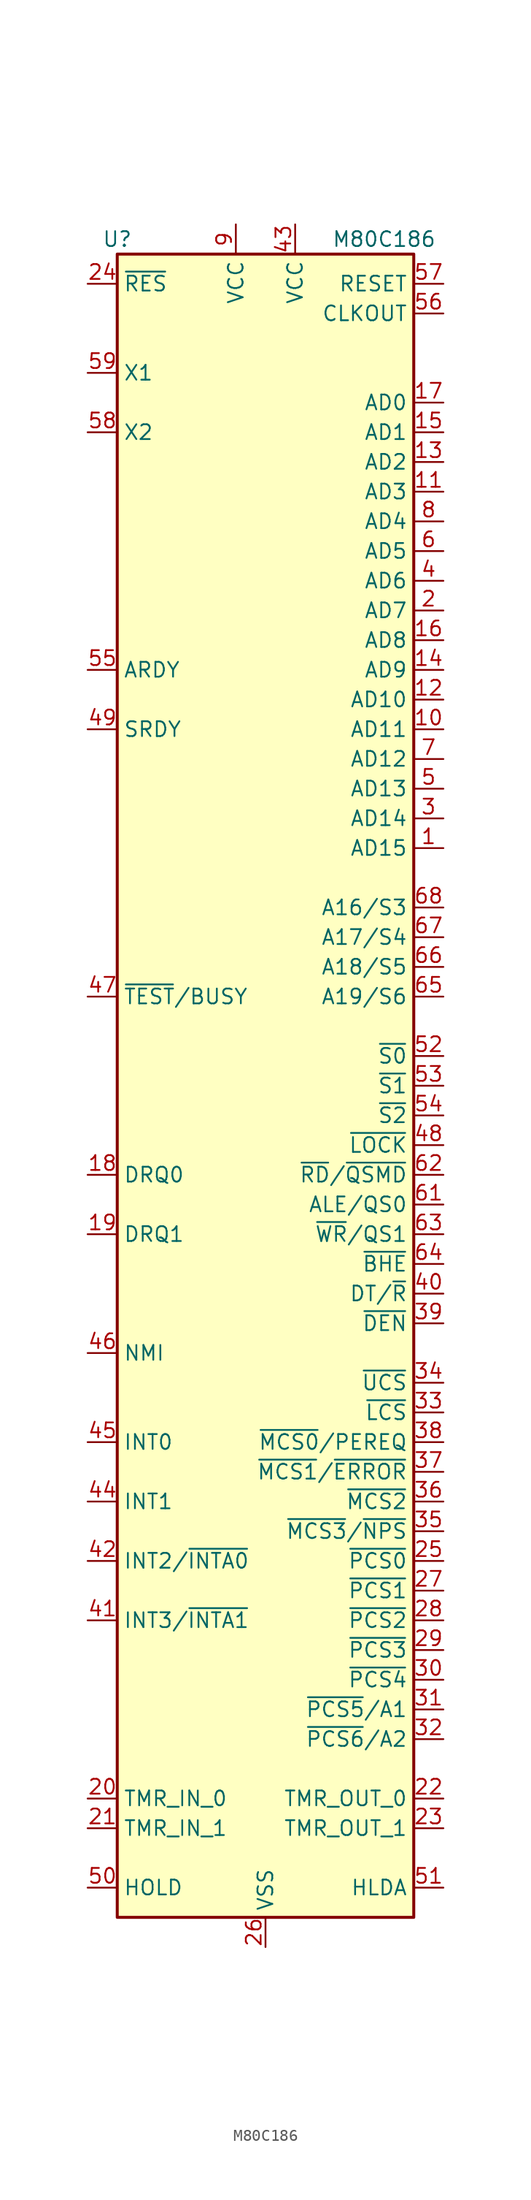
<source format=kicad_sym>
(kicad_symbol_lib
  (version 20211014)
  (generator kicad_symbol_editor)
  (symbol "M80C186"
    (property "Reference" "U"
      (at -12.7 72.39 0)
      (effects (font (size 1.27 1.27))))
    (property "Value" "M80C186"
      (at 10.16 72.39 0)
      (effects (font (size 1.27 1.27))))
    (symbol "M80C186_0_1"
      (rectangle (start 12.7 -71.12) (end -12.7 71.12) (stroke (width 0.254) (type default) (color 0 0 0 0)) (fill (type background))))
    (symbol "M80C186_1_1"
      (pin bidirectional line (at 15.24 20.32 180) (length 2.54) (name "AD15" (effects (font (size 1.27 1.27)))) (number "1" (effects (font (size 1.27 1.27)))))
      (pin bidirectional line (at 15.24 30.48 180) (length 2.54) (name "AD11" (effects (font (size 1.27 1.27)))) (number "10" (effects (font (size 1.27 1.27)))))
      (pin bidirectional line (at 15.24 50.8 180) (length 2.54) (name "AD3" (effects (font (size 1.27 1.27)))) (number "11" (effects (font (size 1.27 1.27)))))
      (pin bidirectional line (at 15.24 33.02 180) (length 2.54) (name "AD10" (effects (font (size 1.27 1.27)))) (number "12" (effects (font (size 1.27 1.27)))))
      (pin bidirectional line (at 15.24 53.34 180) (length 2.54) (name "AD2" (effects (font (size 1.27 1.27)))) (number "13" (effects (font (size 1.27 1.27)))))
      (pin bidirectional line (at 15.24 35.56 180) (length 2.54) (name "AD9" (effects (font (size 1.27 1.27)))) (number "14" (effects (font (size 1.27 1.27)))))
      (pin bidirectional line (at 15.24 55.88 180) (length 2.54) (name "AD1" (effects (font (size 1.27 1.27)))) (number "15" (effects (font (size 1.27 1.27)))))
      (pin bidirectional line (at 15.24 38.1 180) (length 2.54) (name "AD8" (effects (font (size 1.27 1.27)))) (number "16" (effects (font (size 1.27 1.27)))))
      (pin bidirectional line (at 15.24 58.42 180) (length 2.54) (name "AD0" (effects (font (size 1.27 1.27)))) (number "17" (effects (font (size 1.27 1.27)))))
      (pin input line (at -15.24 -7.62 0) (length 2.54) (name "DRQ0" (effects (font (size 1.27 1.27)))) (number "18" (effects (font (size 1.27 1.27)))))
      (pin input line (at -15.24 -12.7 0) (length 2.54) (name "DRQ1" (effects (font (size 1.27 1.27)))) (number "19" (effects (font (size 1.27 1.27)))))
      (pin bidirectional line (at 15.24 40.64 180) (length 2.54) (name "AD7" (effects (font (size 1.27 1.27)))) (number "2" (effects (font (size 1.27 1.27)))))
      (pin input line (at -15.24 -60.96 0) (length 2.54) (name "TMR_IN_0" (effects (font (size 1.27 1.27)))) (number "20" (effects (font (size 1.27 1.27)))))
      (pin input line (at -15.24 -63.5 0) (length 2.54) (name "TMR_IN_1" (effects (font (size 1.27 1.27)))) (number "21" (effects (font (size 1.27 1.27)))))
      (pin output line (at 15.24 -60.96 180) (length 2.54) (name "TMR_OUT_0" (effects (font (size 1.27 1.27)))) (number "22" (effects (font (size 1.27 1.27)))))
      (pin output line (at 15.24 -63.5 180) (length 2.54) (name "TMR_OUT_1" (effects (font (size 1.27 1.27)))) (number "23" (effects (font (size 1.27 1.27)))))
      (pin input line (at -15.24 68.58 0) (length 2.54) (name "~{RES}" (effects (font (size 1.27 1.27)))) (number "24" (effects (font (size 1.27 1.27)))))
      (pin output line (at 15.24 -40.64 180) (length 2.54) (name "~{PCS0}" (effects (font (size 1.27 1.27)))) (number "25" (effects (font (size 1.27 1.27)))))
      (pin power_in line (at 0 -73.66 90) (length 2.54) (name "VSS" (effects (font (size 1.27 1.27)))) (number "26" (effects (font (size 1.27 1.27)))))
      (pin output line (at 15.24 -43.18 180) (length 2.54) (name "~{PCS1}" (effects (font (size 1.27 1.27)))) (number "27" (effects (font (size 1.27 1.27)))))
      (pin output line (at 15.24 -45.72 180) (length 2.54) (name "~{PCS2}" (effects (font (size 1.27 1.27)))) (number "28" (effects (font (size 1.27 1.27)))))
      (pin output line (at 15.24 -48.26 180) (length 2.54) (name "~{PCS3}" (effects (font (size 1.27 1.27)))) (number "29" (effects (font (size 1.27 1.27)))))
      (pin bidirectional line (at 15.24 22.86 180) (length 2.54) (name "AD14" (effects (font (size 1.27 1.27)))) (number "3" (effects (font (size 1.27 1.27)))))
      (pin output line (at 15.24 -50.8 180) (length 2.54) (name "~{PCS4}" (effects (font (size 1.27 1.27)))) (number "30" (effects (font (size 1.27 1.27)))))
      (pin output line (at 15.24 -53.34 180) (length 2.54) (name "~{PCS5}/A1" (effects (font (size 1.27 1.27)))) (number "31" (effects (font (size 1.27 1.27)))))
      (pin output line (at 15.24 -55.88 180) (length 2.54) (name "~{PCS6}/A2" (effects (font (size 1.27 1.27)))) (number "32" (effects (font (size 1.27 1.27)))))
      (pin output line (at 15.24 -27.94 180) (length 2.54) (name "~{LCS}" (effects (font (size 1.27 1.27)))) (number "33" (effects (font (size 1.27 1.27)))))
      (pin output line (at 15.24 -25.4 180) (length 2.54) (name "~{UCS}" (effects (font (size 1.27 1.27)))) (number "34" (effects (font (size 1.27 1.27)))))
      (pin output line (at 15.24 -38.1 180) (length 2.54) (name "~{MCS3}/~{NPS}" (effects (font (size 1.27 1.27)))) (number "35" (effects (font (size 1.27 1.27)))))
      (pin output line (at 15.24 -35.56 180) (length 2.54) (name "~{MCS2}" (effects (font (size 1.27 1.27)))) (number "36" (effects (font (size 1.27 1.27)))))
      (pin bidirectional line (at 15.24 -33.02 180) (length 2.54) (name "~{MCS1}/~{ERROR}" (effects (font (size 1.27 1.27)))) (number "37" (effects (font (size 1.27 1.27)))))
      (pin bidirectional line (at 15.24 -30.48 180) (length 2.54) (name "~{MCS0}/PEREQ" (effects (font (size 1.27 1.27)))) (number "38" (effects (font (size 1.27 1.27)))))
      (pin output line (at 15.24 -20.32 180) (length 2.54) (name "~{DEN}" (effects (font (size 1.27 1.27)))) (number "39" (effects (font (size 1.27 1.27)))))
      (pin bidirectional line (at 15.24 43.18 180) (length 2.54) (name "AD6" (effects (font (size 1.27 1.27)))) (number "4" (effects (font (size 1.27 1.27)))))
      (pin output line (at 15.24 -17.78 180) (length 2.54) (name "DT/~{R}" (effects (font (size 1.27 1.27)))) (number "40" (effects (font (size 1.27 1.27)))))
      (pin bidirectional line (at -15.24 -45.72 0) (length 2.54) (name "INT3/~{INTA1}" (effects (font (size 1.27 1.27)))) (number "41" (effects (font (size 1.27 1.27)))))
      (pin bidirectional line (at -15.24 -40.64 0) (length 2.54) (name "INT2/~{INTA0}" (effects (font (size 1.27 1.27)))) (number "42" (effects (font (size 1.27 1.27)))))
      (pin power_in line (at 2.54 73.66 270) (length 2.54) (name "VCC" (effects (font (size 1.27 1.27)))) (number "43" (effects (font (size 1.27 1.27)))))
      (pin input line (at -15.24 -35.56 0) (length 2.54) (name "INT1" (effects (font (size 1.27 1.27)))) (number "44" (effects (font (size 1.27 1.27)))))
      (pin input line (at -15.24 -30.48 0) (length 2.54) (name "INT0" (effects (font (size 1.27 1.27)))) (number "45" (effects (font (size 1.27 1.27)))))
      (pin input line (at -15.24 -22.86 0) (length 2.54) (name "NMI" (effects (font (size 1.27 1.27)))) (number "46" (effects (font (size 1.27 1.27)))))
      (pin input line (at -15.24 7.62 0) (length 2.54) (name "~{TEST}/BUSY" (effects (font (size 1.27 1.27)))) (number "47" (effects (font (size 1.27 1.27)))))
      (pin output line (at 15.24 -5.08 180) (length 2.54) (name "~{LOCK}" (effects (font (size 1.27 1.27)))) (number "48" (effects (font (size 1.27 1.27)))))
      (pin input line (at -15.24 30.48 0) (length 2.54) (name "SRDY" (effects (font (size 1.27 1.27)))) (number "49" (effects (font (size 1.27 1.27)))))
      (pin bidirectional line (at 15.24 25.4 180) (length 2.54) (name "AD13" (effects (font (size 1.27 1.27)))) (number "5" (effects (font (size 1.27 1.27)))))
      (pin input line (at -15.24 -68.58 0) (length 2.54) (name "HOLD" (effects (font (size 1.27 1.27)))) (number "50" (effects (font (size 1.27 1.27)))))
      (pin output line (at 15.24 -68.58 180) (length 2.54) (name "HLDA" (effects (font (size 1.27 1.27)))) (number "51" (effects (font (size 1.27 1.27)))))
      (pin output line (at 15.24 2.54 180) (length 2.54) (name "~{S0}" (effects (font (size 1.27 1.27)))) (number "52" (effects (font (size 1.27 1.27)))))
      (pin output line (at 15.24 0 180) (length 2.54) (name "~{S1}" (effects (font (size 1.27 1.27)))) (number "53" (effects (font (size 1.27 1.27)))))
      (pin output line (at 15.24 -2.54 180) (length 2.54) (name "~{S2}" (effects (font (size 1.27 1.27)))) (number "54" (effects (font (size 1.27 1.27)))))
      (pin input line (at -15.24 35.56 0) (length 2.54) (name "ARDY" (effects (font (size 1.27 1.27)))) (number "55" (effects (font (size 1.27 1.27)))))
      (pin output line (at 15.24 66.04 180) (length 2.54) (name "CLKOUT" (effects (font (size 1.27 1.27)))) (number "56" (effects (font (size 1.27 1.27)))))
      (pin output line (at 15.24 68.58 180) (length 2.54) (name "RESET" (effects (font (size 1.27 1.27)))) (number "57" (effects (font (size 1.27 1.27)))))
      (pin output line (at -15.24 55.88 0) (length 2.54) (name "X2" (effects (font (size 1.27 1.27)))) (number "58" (effects (font (size 1.27 1.27)))))
      (pin input line (at -15.24 60.96 0) (length 2.54) (name "X1" (effects (font (size 1.27 1.27)))) (number "59" (effects (font (size 1.27 1.27)))))
      (pin bidirectional line (at 15.24 45.72 180) (length 2.54) (name "AD5" (effects (font (size 1.27 1.27)))) (number "6" (effects (font (size 1.27 1.27)))))
      (pin passive line (at 0 -73.66 90) (length 2.54) hide (name "VSS" (effects (font (size 1.27 1.27)))) (number "60" (effects (font (size 1.27 1.27)))))
      (pin output line (at 15.24 -10.16 180) (length 2.54) (name "ALE/QS0" (effects (font (size 1.27 1.27)))) (number "61" (effects (font (size 1.27 1.27)))))
      (pin output line (at 15.24 -7.62 180) (length 2.54) (name "~{RD}/~{QSMD}" (effects (font (size 1.27 1.27)))) (number "62" (effects (font (size 1.27 1.27)))))
      (pin output line (at 15.24 -12.7 180) (length 2.54) (name "~{WR}/QS1" (effects (font (size 1.27 1.27)))) (number "63" (effects (font (size 1.27 1.27)))))
      (pin output line (at 15.24 -15.24 180) (length 2.54) (name "~{BHE}" (effects (font (size 1.27 1.27)))) (number "64" (effects (font (size 1.27 1.27)))))
      (pin output line (at 15.24 7.62 180) (length 2.54) (name "A19/S6" (effects (font (size 1.27 1.27)))) (number "65" (effects (font (size 1.27 1.27)))))
      (pin output line (at 15.24 10.16 180) (length 2.54) (name "A18/S5" (effects (font (size 1.27 1.27)))) (number "66" (effects (font (size 1.27 1.27)))))
      (pin output line (at 15.24 12.7 180) (length 2.54) (name "A17/S4" (effects (font (size 1.27 1.27)))) (number "67" (effects (font (size 1.27 1.27)))))
      (pin output line (at 15.24 15.24 180) (length 2.54) (name "A16/S3" (effects (font (size 1.27 1.27)))) (number "68" (effects (font (size 1.27 1.27)))))
      (pin bidirectional line (at 15.24 27.94 180) (length 2.54) (name "AD12" (effects (font (size 1.27 1.27)))) (number "7" (effects (font (size 1.27 1.27)))))
      (pin bidirectional line (at 15.24 48.26 180) (length 2.54) (name "AD4" (effects (font (size 1.27 1.27)))) (number "8" (effects (font (size 1.27 1.27)))))
      (pin power_in line (at -2.54 73.66 270) (length 2.54) (name "VCC" (effects (font (size 1.27 1.27)))) (number "9" (effects (font (size 1.27 1.27))))))))
</source>
